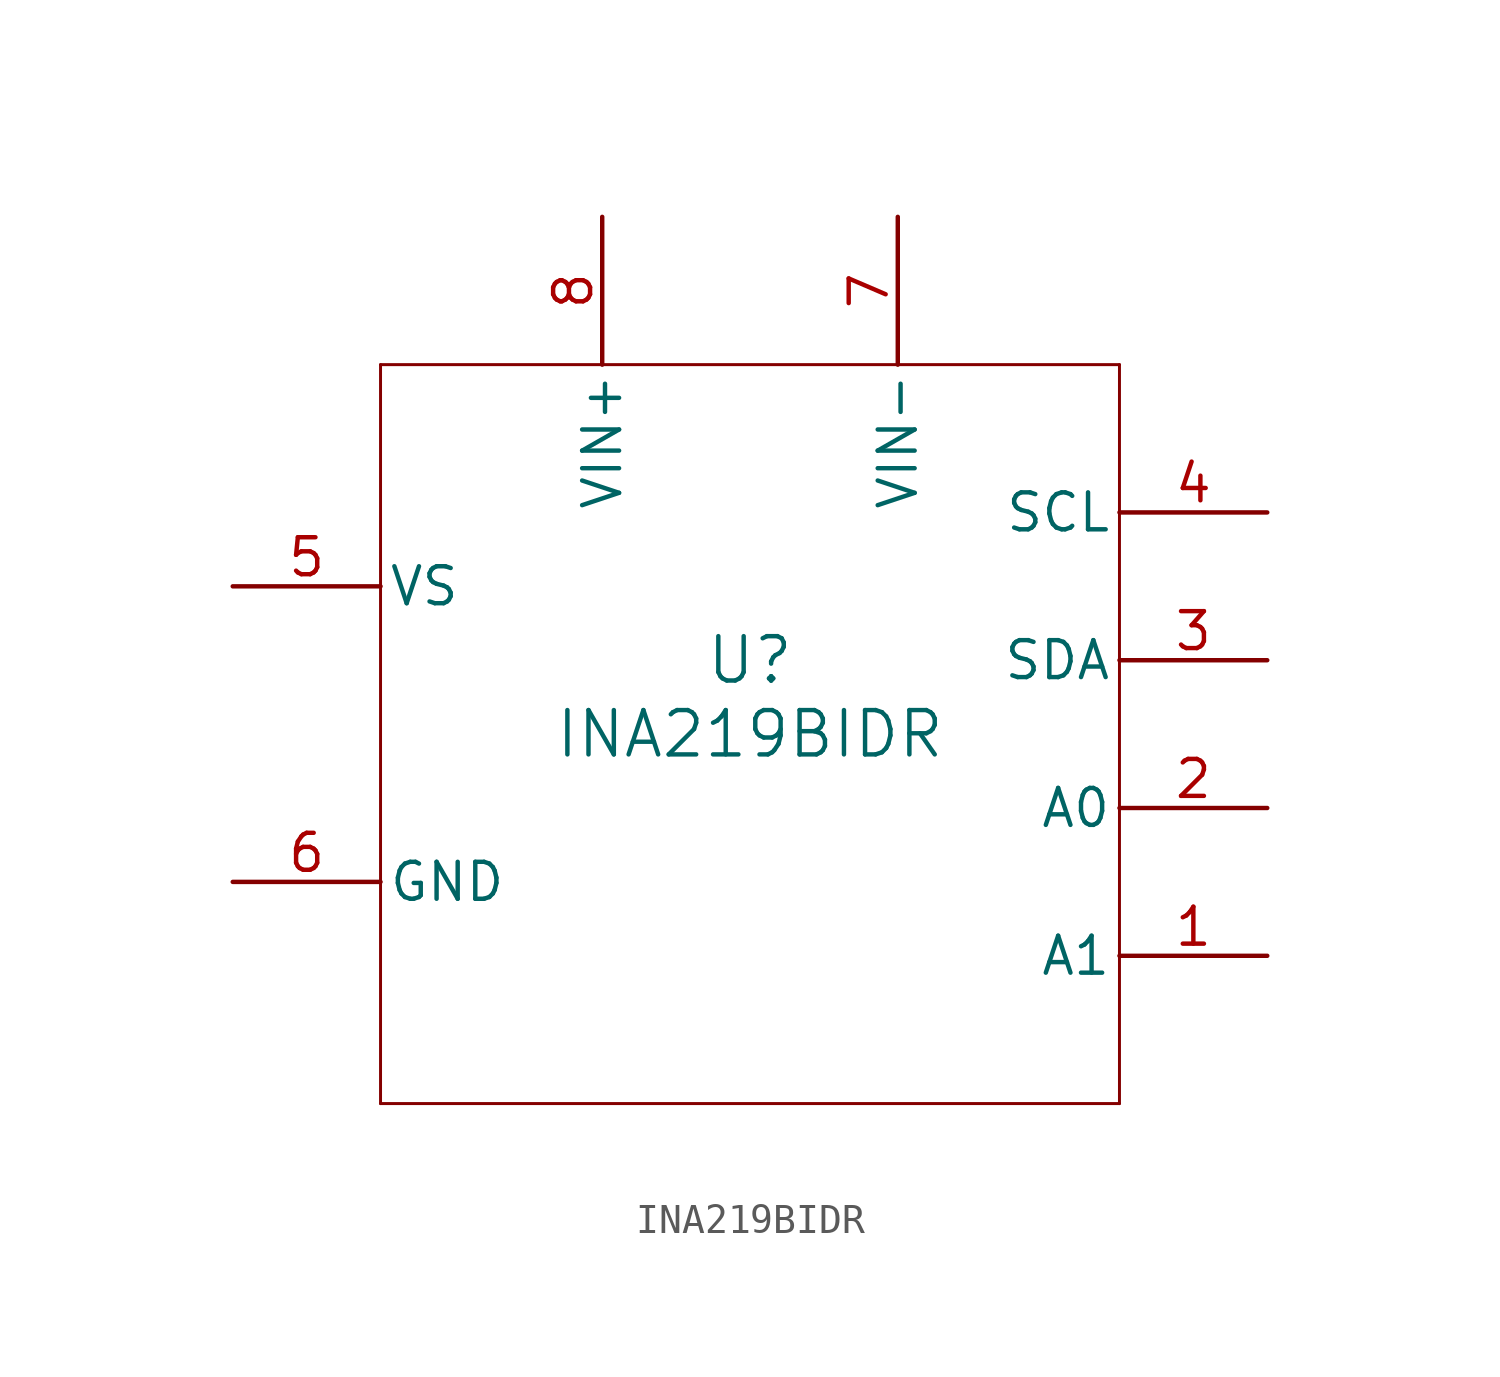
<source format=kicad_sym>
(kicad_symbol_lib
  (version 20231120)
  (generator "kicad_symbol_editor")
  (generator_version "8.0")
  (symbol "INA219BIDR"
    (pin_names
      (offset 0.254))
    (property "Reference" "U"
      (at 0 2.54 0)
      (effects (font (size 1.524 1.524))))
    (property "Value" "INA219BIDR"
      (at 0 0 0)
      (effects (font (size 1.524 1.524))))
    (property "ki_locked" ""
      (at 0 0 0)
      (effects (font (size 1.27 1.27))))
    (symbol "INA219BIDR_0_1"
      (polyline (pts (xy -12.7 -12.7) (xy 12.7 -12.7)) (stroke (width 0.102) (type default)) (fill (type none)))
      (polyline (pts (xy -12.7 12.7) (xy -12.7 -12.7)) (stroke (width 0.102) (type default)) (fill (type none)))
      (polyline (pts (xy 12.7 -12.7) (xy 12.7 12.7)) (stroke (width 0.102) (type default)) (fill (type none)))
      (polyline (pts (xy 12.7 12.7) (xy -12.7 12.7)) (stroke (width 0.102) (type default)) (fill (type none)))
      (pin input line (at 17.78 -7.62 180) (length 5.08) (name "A1" (effects (font (size 1.27 1.27)))) (number "1" (effects (font (size 1.27 1.27)))))
      (pin input line (at 17.78 -2.54 180) (length 5.08) (name "A0" (effects (font (size 1.27 1.27)))) (number "2" (effects (font (size 1.27 1.27)))))
      (pin input line (at 17.78 7.62 180) (length 5.08) (name "SCL" (effects (font (size 1.27 1.27)))) (number "4" (effects (font (size 1.27 1.27)))))
      (pin power_in line (at -17.78 5.08 0) (length 5.08) (name "VS" (effects (font (size 1.27 1.27)))) (number "5" (effects (font (size 1.27 1.27)))))
      (pin power_in line (at -17.78 -5.08 0) (length 5.08) (name "GND" (effects (font (size 1.27 1.27)))) (number "6" (effects (font (size 1.27 1.27)))))
      (pin power_in line (at 5.08 17.78 270) (length 5.08) (name "VIN-" (effects (font (size 1.27 1.27)))) (number "7" (effects (font (size 1.27 1.27)))))
      (pin power_in line (at -5.08 17.78 270) (length 5.08) (name "VIN+" (effects (font (size 1.27 1.27)))) (number "8" (effects (font (size 1.27 1.27))))))
    (symbol "INA219BIDR_1_1"
      (pin bidirectional line (at 17.78 2.54 180) (length 5.08) (name "SDA" (effects (font (size 1.27 1.27)))) (number "3" (effects (font (size 1.27 1.27))))))))
</source>
